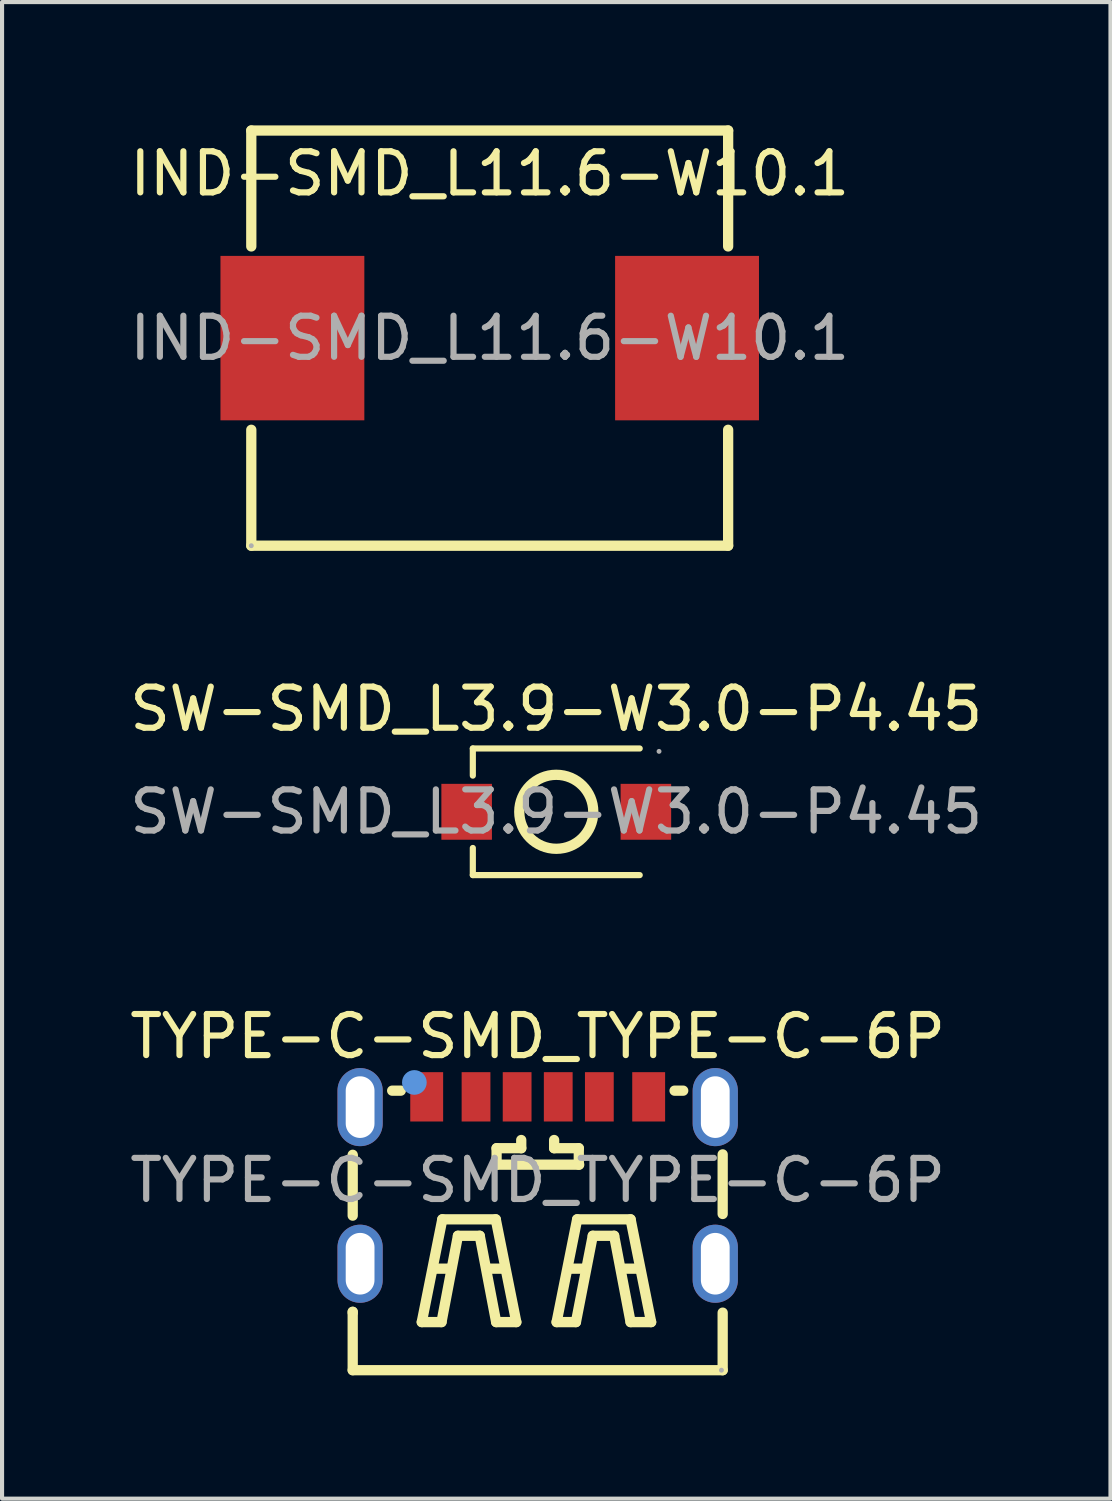
<source format=kicad_pcb>
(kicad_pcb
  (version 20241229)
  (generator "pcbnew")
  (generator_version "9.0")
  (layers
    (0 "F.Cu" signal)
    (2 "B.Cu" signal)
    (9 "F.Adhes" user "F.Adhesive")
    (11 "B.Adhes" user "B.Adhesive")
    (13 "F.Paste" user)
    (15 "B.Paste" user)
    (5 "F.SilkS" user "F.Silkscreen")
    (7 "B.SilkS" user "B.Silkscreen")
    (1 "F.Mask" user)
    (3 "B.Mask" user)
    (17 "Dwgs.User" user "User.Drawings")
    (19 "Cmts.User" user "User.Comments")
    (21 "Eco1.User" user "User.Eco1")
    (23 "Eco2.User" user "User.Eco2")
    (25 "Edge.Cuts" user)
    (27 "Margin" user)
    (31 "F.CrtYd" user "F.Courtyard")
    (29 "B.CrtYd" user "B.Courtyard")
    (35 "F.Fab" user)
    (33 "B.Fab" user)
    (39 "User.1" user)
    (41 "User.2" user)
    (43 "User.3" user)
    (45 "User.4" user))
  (footprint "SW-SMD_L3.9-W3.0-P4.45"
    (layer "F.Cu")
    (at 10.482 16.698)
    (property "Reference" "SW-SMD_L3.9-W3.0-P4.45" (at 0 -2.5 0) (layer "F.SilkS") (effects (font (size 1 1) (thickness 0.15))))
    (attr smd)
    (fp_line (start -2.03 -1.54) (end -2.03 -0.88) (stroke (width 0.15) (type solid)) (layer "F.SilkS"))
    (fp_line (start -2.03 1.54) (end -2.03 0.88) (stroke (width 0.15) (type solid)) (layer "F.SilkS"))
    (fp_line (start 2.03 -1.54) (end -2.03 -1.54) (stroke (width 0.15) (type solid)) (layer "F.SilkS"))
    (fp_line (start 2.03 1.54) (end -2.03 1.54) (stroke (width 0.15) (type solid)) (layer "F.SilkS"))
    (fp_circle (center 0 0) (end 0.9 0) (stroke (width 0.25) (type solid)) (fill no) (layer "F.SilkS"))
    (fp_circle (center 2.5 -1.47) (end 2.53 -1.47) (stroke (width 0.06) (type solid)) (fill no) (layer "F.Fab"))
    (fp_text user "${REFERENCE}" (at 0 0 0) (layer "F.Fab") (effects (font (size 1 1) (thickness 0.15))))
    (pad "1" smd rect (at -2.18 0) (size 1.23 1.36) (layers "F.Cu" "F.Mask" "F.Paste"))
    (pad "2" smd rect (at 2.18 0) (size 1.23 1.36) (layers "F.Cu" "F.Mask" "F.Paste")))
  (footprint "IND-SMD_L11.6-W10.1"
    (layer "F.Cu")
    (at 8.863 5.175)
    (property "Reference" "IND-SMD_L11.6-W10.1" (at 0 -4 0) (layer "F.SilkS") (effects (font (size 1 1) (thickness 0.15))))
    (attr through_hole)
    (fp_line (start -5.8 -5.05) (end 5.8 -5.05) (stroke (width 0.25) (type solid)) (layer "F.SilkS"))
    (fp_line (start -5.8 -2.23) (end -5.8 -5.05) (stroke (width 0.25) (type solid)) (layer "F.SilkS"))
    (fp_line (start -5.8 5.05) (end -5.8 2.23) (stroke (width 0.25) (type solid)) (layer "F.SilkS"))
    (fp_line (start 5.8 -5.05) (end 5.8 -2.23) (stroke (width 0.25) (type solid)) (layer "F.SilkS"))
    (fp_line (start 5.8 2.23) (end 5.8 5.05) (stroke (width 0.25) (type solid)) (layer "F.SilkS"))
    (fp_line (start 5.8 5.05) (end -5.8 5.05) (stroke (width 0.25) (type solid)) (layer "F.SilkS"))
    (fp_circle (center -5.8 5.05) (end -5.77 5.05) (stroke (width 0.06) (type solid)) (fill no) (layer "F.Fab"))
    (fp_text user "${REFERENCE}" (at 0 0 0) (layer "F.Fab") (effects (font (size 1 1) (thickness 0.15))))
    (pad "1" smd rect (at -4.8 0) (size 3.5 4) (layers "F.Cu" "F.Mask" "F.Paste"))
    (pad "2" smd rect (at 4.8 0) (size 3.5 4) (layers "F.Cu" "F.Mask" "F.Paste")))
  (footprint "TYPE-C-SMD_TYPE-C-6P"
    (layer "F.Cu")
    (at 10.03 25.662)
    (property "Reference" "TYPE-C-SMD_TYPE-C-6P" (at 0 -3.5 0) (layer "F.SilkS") (effects (font (size 1 1) (thickness 0.15))))
    (attr smd)
    (fp_line (start -4.5 -0.58) (end -4.5 -0.62) (stroke (width 0.25) (type solid)) (layer "F.SilkS"))
    (fp_line (start -4.5 -0.58) (end -4.5 0.86) (stroke (width 0.25) (type solid)) (layer "F.SilkS"))
    (fp_line (start -4.5 3.2) (end -4.5 4.62) (stroke (width 0.25) (type solid)) (layer "F.SilkS"))
    (fp_line (start -4.5 3.22) (end -4.5 3.2) (stroke (width 0.25) (type solid)) (layer "F.SilkS"))
    (fp_line (start -4.5 4.62) (end 4.5 4.62) (stroke (width 0.25) (type solid)) (layer "F.SilkS"))
    (fp_line (start -3.54 -2.18) (end -3.33 -2.18) (stroke (width 0.25) (type solid)) (layer "F.SilkS"))
    (fp_line (start -2.82 3.45) (end -2.32 0.95) (stroke (width 0.25) (type solid)) (layer "F.SilkS"))
    (fp_line (start -2.52 2.15) (end -2.12 2.15) (stroke (width 0.25) (type solid)) (layer "F.SilkS"))
    (fp_line (start -2.34 3.45) (end -2.82 3.45) (stroke (width 0.25) (type solid)) (layer "F.SilkS"))
    (fp_line (start -2.32 0.95) (end -1.02 0.95) (stroke (width 0.25) (type solid)) (layer "F.SilkS"))
    (fp_line (start -1.94 1.35) (end -2.34 3.45) (stroke (width 0.25) (type solid)) (layer "F.SilkS"))
    (fp_line (start -1.41 1.35) (end -1.94 1.35) (stroke (width 0.25) (type solid)) (layer "F.SilkS"))
    (fp_line (start -1.22 2.15) (end -0.82 2.15) (stroke (width 0.25) (type solid)) (layer "F.SilkS"))
    (fp_line (start -1.02 0.95) (end -0.52 3.45) (stroke (width 0.25) (type solid)) (layer "F.SilkS"))
    (fp_line (start -1.01 -0.38) (end 1.01 -0.38) (stroke (width 0.25) (type solid)) (layer "F.SilkS"))
    (fp_line (start -1.01 3.45) (end -1.41 1.35) (stroke (width 0.25) (type solid)) (layer "F.SilkS"))
    (fp_line (start -1 -0.78) (end -0.4 -0.78) (stroke (width 0.25) (type solid)) (layer "F.SilkS"))
    (fp_line (start -1 -0.38) (end -1 -0.78) (stroke (width 0.25) (type solid)) (layer "F.SilkS"))
    (fp_line (start -0.52 3.45) (end -1.01 3.45) (stroke (width 0.25) (type solid)) (layer "F.SilkS"))
    (fp_line (start -0.4 -0.78) (end -0.4 -0.98) (stroke (width 0.25) (type solid)) (layer "F.SilkS"))
    (fp_line (start 0.4 -0.78) (end 0.4 -0.98) (stroke (width 0.25) (type solid)) (layer "F.SilkS"))
    (fp_line (start 0.46 3.45) (end 0.96 0.95) (stroke (width 0.25) (type solid)) (layer "F.SilkS"))
    (fp_line (start 0.76 2.15) (end 1.16 2.15) (stroke (width 0.25) (type solid)) (layer "F.SilkS"))
    (fp_line (start 0.93 3.45) (end 0.46 3.45) (stroke (width 0.25) (type solid)) (layer "F.SilkS"))
    (fp_line (start 0.96 0.95) (end 2.26 0.95) (stroke (width 0.25) (type solid)) (layer "F.SilkS"))
    (fp_line (start 1 -0.78) (end 0.4 -0.78) (stroke (width 0.25) (type solid)) (layer "F.SilkS"))
    (fp_line (start 1 -0.38) (end 1 -0.78) (stroke (width 0.25) (type solid)) (layer "F.SilkS"))
    (fp_line (start 1.34 1.35) (end 0.93 3.45) (stroke (width 0.25) (type solid)) (layer "F.SilkS"))
    (fp_line (start 1.86 1.35) (end 1.34 1.35) (stroke (width 0.25) (type solid)) (layer "F.SilkS"))
    (fp_line (start 2.06 2.15) (end 2.46 2.15) (stroke (width 0.25) (type solid)) (layer "F.SilkS"))
    (fp_line (start 2.26 0.95) (end 2.76 3.45) (stroke (width 0.25) (type solid)) (layer "F.SilkS"))
    (fp_line (start 2.26 3.45) (end 1.86 1.35) (stroke (width 0.25) (type solid)) (layer "F.SilkS"))
    (fp_line (start 2.76 3.45) (end 2.26 3.45) (stroke (width 0.25) (type solid)) (layer "F.SilkS"))
    (fp_line (start 3.33 -2.18) (end 3.54 -2.18) (stroke (width 0.25) (type solid)) (layer "F.SilkS"))
    (fp_line (start 4.5 0.82) (end 4.5 -0.63) (stroke (width 0.25) (type solid)) (layer "F.SilkS"))
    (fp_line (start 4.5 4.62) (end 4.5 3.22) (stroke (width 0.25) (type solid)) (layer "F.SilkS"))
    (fp_circle (center -3 -2.38) (end -2.85 -2.38) (stroke (width 0.3) (type solid)) (fill no) (layer "Cmts.User"))
    (fp_circle (center 4.47 4.62) (end 4.5 4.62) (stroke (width 0.06) (type solid)) (fill no) (layer "F.Fab"))
    (fp_text user "${REFERENCE}" (at 0 0 0) (layer "F.Fab") (effects (font (size 1 1) (thickness 0.15))))
    (pad "7" thru_hole oval (at -4.32 -1.78) (size 1.1 1.9) (drill oval 0.7 1.5) (layers "*.Cu" "*.Mask"))
    (pad "7" thru_hole oval (at -4.32 2.03) (size 1.1 1.9) (drill oval 0.7 1.5) (layers "*.Cu" "*.Mask"))
    (pad "7" thru_hole oval (at 4.32 -1.78) (size 1.1 1.9) (drill oval 0.7 1.5) (layers "*.Cu" "*.Mask"))
    (pad "7" thru_hole oval (at 4.32 2.03) (size 1.1 1.9) (drill oval 0.7 1.5) (layers "*.Cu" "*.Mask"))
    (pad "A5" smd rect (at -0.5 -2.03) (size 0.7 1.2) (layers "F.Cu" "F.Mask" "F.Paste"))
    (pad "A9" smd rect (at 1.5 -2.03) (size 0.7 1.2) (layers "F.Cu" "F.Mask" "F.Paste"))
    (pad "A12" smd rect (at 2.7 -2.03) (size 0.8 1.2) (layers "F.Cu" "F.Mask" "F.Paste"))
    (pad "B5" smd rect (at 0.5 -2.03) (size 0.7 1.2) (layers "F.Cu" "F.Mask" "F.Paste"))
    (pad "B9" smd rect (at -1.5 -2.03) (size 0.7 1.2) (layers "F.Cu" "F.Mask" "F.Paste"))
    (pad "B12" smd rect (at -2.7 -2.03) (size 0.8 1.2) (layers "F.Cu" "F.Mask" "F.Paste")))
  (gr_rect
    (start -3 -3)
    (end 23.964 33.407)
    (stroke (width 0.1) (type default))
    (fill no)
    (layer "Edge.Cuts")))
</source>
